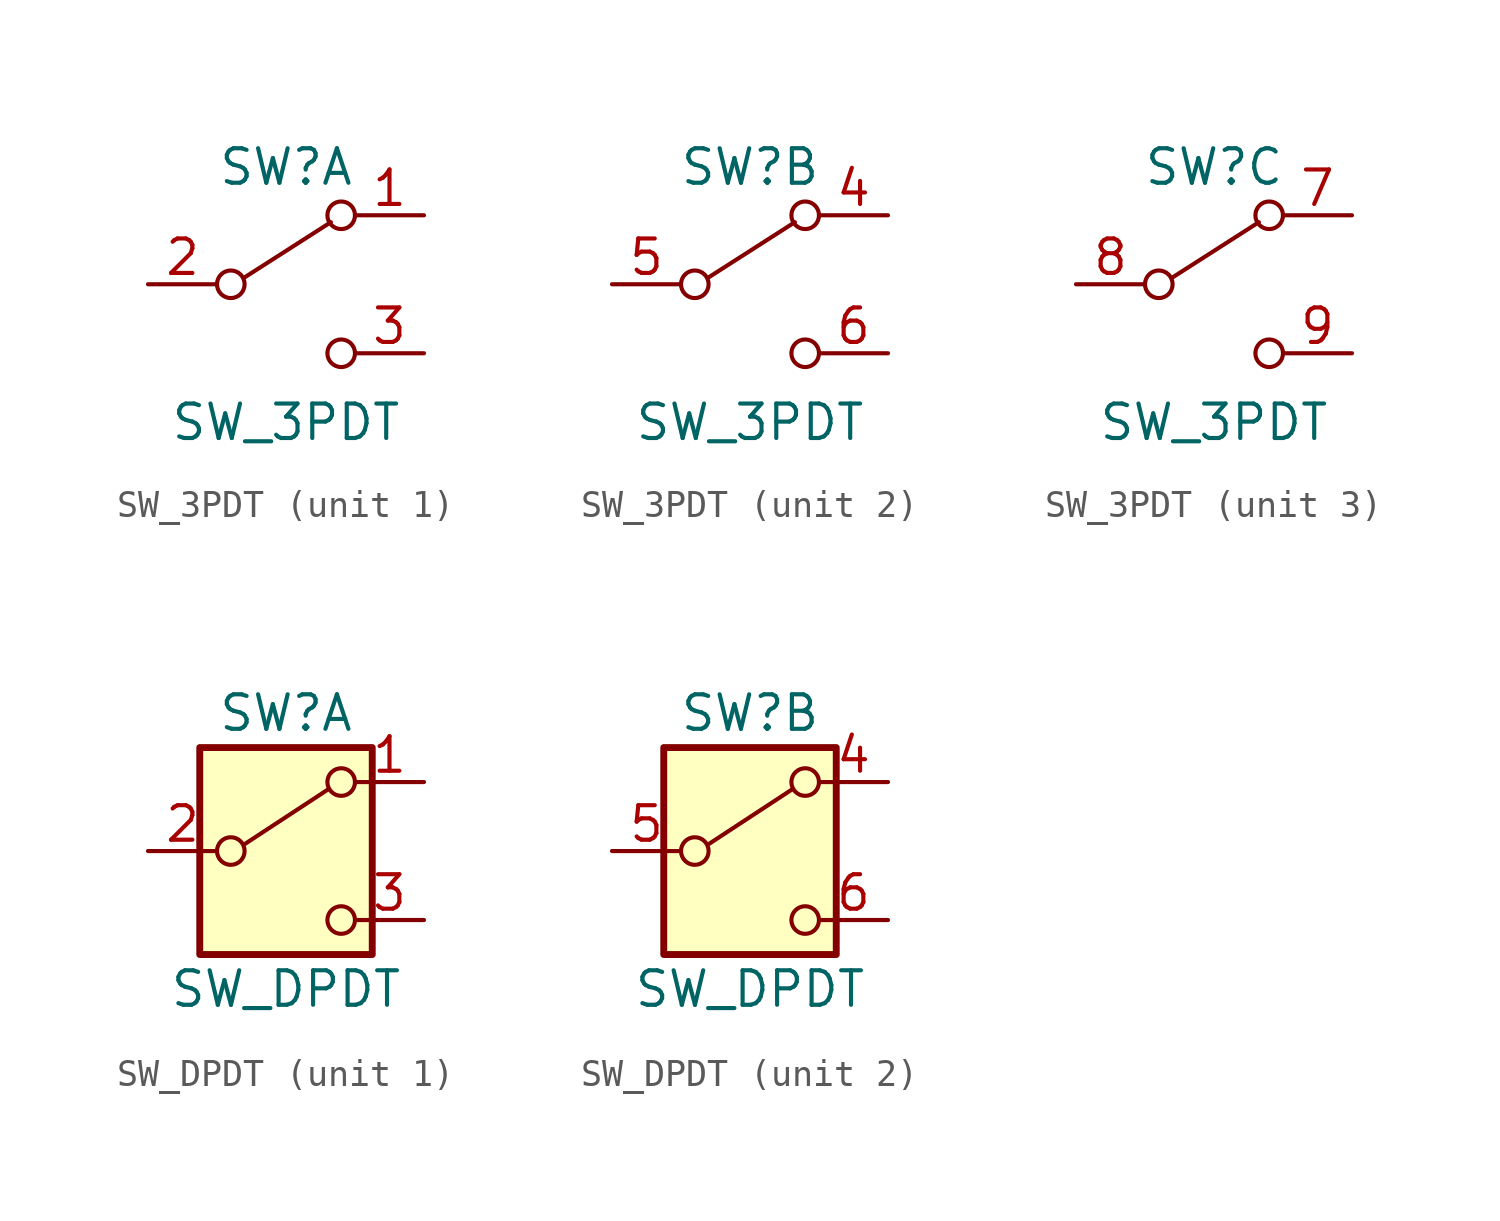
<source format=kicad_sym>
(kicad_symbol_lib
  (version 20241209)
  (generator "kicad_symbol_editor")
  (generator_version "9.0")
  (symbol "SW_3PDT"
    (pin_names
      (offset 0)
      (hide yes))
    (property "Reference" "SW"
      (at 0 4.318 0)
      (effects (font (size 1.27 1.27))))
    (property "Value" "SW_3PDT"
      (at 0 -5.08 0)
      (effects (font (size 1.27 1.27))))
    (symbol "SW_3PDT_0_0"
      (circle (center -2.032 0) (radius 0.508) (stroke (width 0) (type default)) (fill (type none)))
      (circle (center 2.032 -2.54) (radius 0.508) (stroke (width 0) (type default)) (fill (type none))))
    (symbol "SW_3PDT_0_1"
      (polyline (pts (xy -1.524 0.254) (xy 1.651 2.286)) (stroke (width 0) (type default)) (fill (type none)))
      (circle (center 2.032 2.54) (radius 0.508) (stroke (width 0) (type default)) (fill (type none))))
    (symbol "SW_3PDT_1_1"
      (pin passive line (at -5.08 0 0) (length 2.54) (name "B" (effects (font (size 1.27 1.27)))) (number "2" (effects (font (size 1.27 1.27)))))
      (pin passive line (at 5.08 2.54 180) (length 2.54) (name "A" (effects (font (size 1.27 1.27)))) (number "1" (effects (font (size 1.27 1.27)))))
      (pin passive line (at 5.08 -2.54 180) (length 2.54) (name "C" (effects (font (size 1.27 1.27)))) (number "3" (effects (font (size 1.27 1.27))))))
    (symbol "SW_3PDT_2_1"
      (pin passive line (at -5.08 0 0) (length 2.54) (name "B" (effects (font (size 1.27 1.27)))) (number "5" (effects (font (size 1.27 1.27)))))
      (pin passive line (at 5.08 2.54 180) (length 2.54) (name "A" (effects (font (size 1.27 1.27)))) (number "4" (effects (font (size 1.27 1.27)))))
      (pin passive line (at 5.08 -2.54 180) (length 2.54) (name "C" (effects (font (size 1.27 1.27)))) (number "6" (effects (font (size 1.27 1.27))))))
    (symbol "SW_3PDT_3_1"
      (pin passive line (at -5.08 0 0) (length 2.54) (name "B" (effects (font (size 1.27 1.27)))) (number "8" (effects (font (size 1.27 1.27)))))
      (pin passive line (at 5.08 2.54 180) (length 2.54) (name "A" (effects (font (size 1.27 1.27)))) (number "7" (effects (font (size 1.27 1.27)))))
      (pin passive line (at 5.08 -2.54 180) (length 2.54) (name "C" (effects (font (size 1.27 1.27)))) (number "9" (effects (font (size 1.27 1.27)))))))
  (symbol "SW_DPDT"
    (pin_names
      (offset 0)
      (hide yes))
    (property "Reference" "SW"
      (at 0 5.08 0)
      (effects (font (size 1.27 1.27))))
    (property "Value" "SW_DPDT"
      (at 0 -5.08 0)
      (effects (font (size 1.27 1.27))))
    (symbol "SW_DPDT_0_0"
      (circle (center -2.032 0) (radius 0.508) (stroke (width 0) (type default)) (fill (type none)))
      (circle (center 2.032 -2.54) (radius 0.508) (stroke (width 0) (type default)) (fill (type none))))
    (symbol "SW_DPDT_0_1"
      (rectangle (start -3.175 3.81) (end 3.175 -3.81) (stroke (width 0.254) (type default)) (fill (type background)))
      (polyline (pts (xy -1.524 0.254) (xy 1.575 2.286)) (stroke (width 0) (type default)) (fill (type none)))
      (circle (center 2.032 2.54) (radius 0.508) (stroke (width 0) (type default)) (fill (type none))))
    (symbol "SW_DPDT_1_1"
      (pin passive line (at -5.08 0 0) (length 2.54) (name "B" (effects (font (size 1.27 1.27)))) (number "2" (effects (font (size 1.27 1.27)))))
      (pin passive line (at 5.08 2.54 180) (length 2.54) (name "A" (effects (font (size 1.27 1.27)))) (number "1" (effects (font (size 1.27 1.27)))))
      (pin passive line (at 5.08 -2.54 180) (length 2.54) (name "C" (effects (font (size 1.27 1.27)))) (number "3" (effects (font (size 1.27 1.27))))))
    (symbol "SW_DPDT_2_1"
      (pin passive line (at -5.08 0 0) (length 2.54) (name "B" (effects (font (size 1.27 1.27)))) (number "5" (effects (font (size 1.27 1.27)))))
      (pin passive line (at 5.08 2.54 180) (length 2.54) (name "A" (effects (font (size 1.27 1.27)))) (number "4" (effects (font (size 1.27 1.27)))))
      (pin passive line (at 5.08 -2.54 180) (length 2.54) (name "C" (effects (font (size 1.27 1.27)))) (number "6" (effects (font (size 1.27 1.27))))))))
</source>
